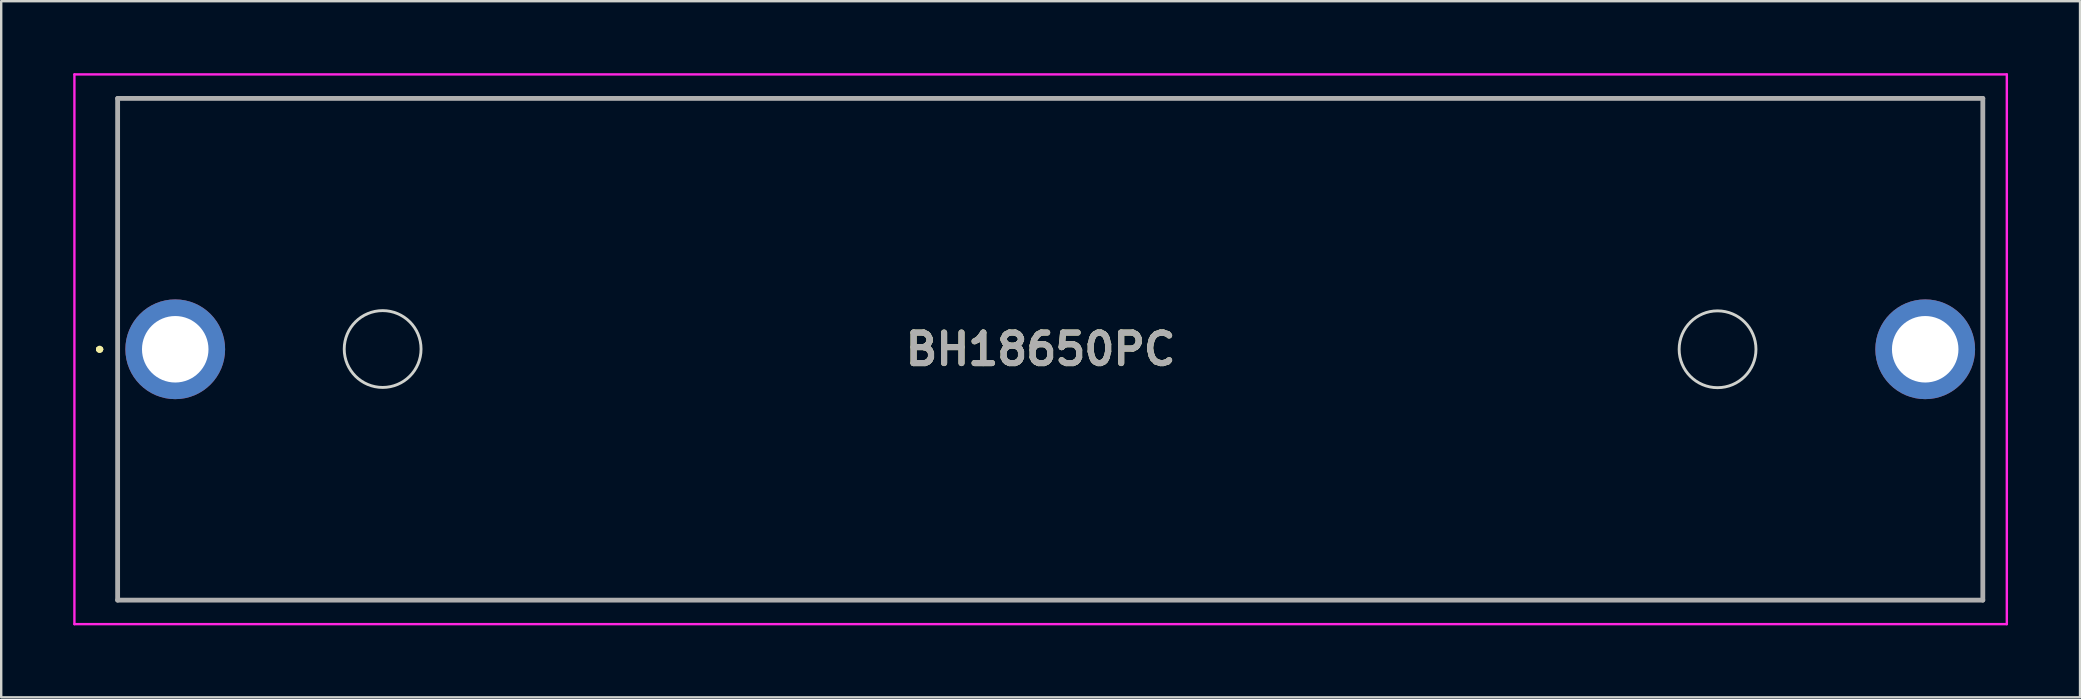
<source format=kicad_pcb>
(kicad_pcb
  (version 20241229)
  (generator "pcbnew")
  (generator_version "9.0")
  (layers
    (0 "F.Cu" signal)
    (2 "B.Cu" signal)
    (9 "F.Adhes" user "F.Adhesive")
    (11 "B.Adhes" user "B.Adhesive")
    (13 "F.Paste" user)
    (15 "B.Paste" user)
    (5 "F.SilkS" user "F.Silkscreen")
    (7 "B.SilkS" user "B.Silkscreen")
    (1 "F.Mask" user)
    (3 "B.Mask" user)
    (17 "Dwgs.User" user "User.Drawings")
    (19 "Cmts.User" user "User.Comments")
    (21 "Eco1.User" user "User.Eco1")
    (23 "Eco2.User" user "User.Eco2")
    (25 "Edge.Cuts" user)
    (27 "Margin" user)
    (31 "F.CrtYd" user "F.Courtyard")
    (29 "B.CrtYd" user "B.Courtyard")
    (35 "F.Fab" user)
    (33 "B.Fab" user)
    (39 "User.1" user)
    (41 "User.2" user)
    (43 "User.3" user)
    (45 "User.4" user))
  (footprint "BH18650PC"
    (layer "F.Cu")
    (at 4.25 11.5)
    (property "Reference" "BH18650PC" (at 36.05 0 0) (layer "F.SilkS") (effects (font (size 1.27 1.27) (thickness 0.254))))
    (attr through_hole)
    (fp_line (start -3.2 0) (end -3.2 0) (stroke (width 0.2) (type solid)) (layer "F.SilkS"))
    (fp_line (start -3.2 0) (end -3.2 0) (stroke (width 0.2) (type solid)) (layer "F.SilkS"))
    (fp_line (start -3.1 0) (end -3.1 0) (stroke (width 0.2) (type solid)) (layer "F.SilkS"))
    (fp_line (start -2.4 -10.45) (end 75.3 -10.45) (stroke (width 0.1) (type solid)) (layer "F.SilkS"))
    (fp_line (start -2.4 10.45) (end -2.4 -10.45) (stroke (width 0.1) (type solid)) (layer "F.SilkS"))
    (fp_line (start 75.3 -10.45) (end 75.3 10.45) (stroke (width 0.1) (type solid)) (layer "F.SilkS"))
    (fp_line (start 75.3 10.45) (end -2.4 10.45) (stroke (width 0.1) (type solid)) (layer "F.SilkS"))
    (fp_arc (start -3.2 0) (mid -3.15 -0.05) (end -3.1 0) (stroke (width 0.2) (type solid)) (layer "F.SilkS"))
    (fp_arc (start -3.1 0) (mid -3.15 0.05) (end -3.2 0) (stroke (width 0.2) (type solid)) (layer "F.SilkS"))
    (fp_arc (start -3.1 0) (mid -3.15 0.05) (end -3.2 0) (stroke (width 0.2) (type solid)) (layer "F.SilkS"))
    (fp_circle (center 8.64 -0.01) (end 10.24 -0.01) (stroke (width 0.12) (type solid)) (fill no) (layer "Edge.Cuts"))
    (fp_circle (center 64.25 0) (end 65.85 0) (stroke (width 0.12) (type solid)) (fill no) (layer "Edge.Cuts"))
    (fp_line (start -4.2 -11.45) (end 76.3 -11.45) (stroke (width 0.1) (type solid)) (layer "F.CrtYd"))
    (fp_line (start -4.2 11.45) (end -4.2 -11.45) (stroke (width 0.1) (type solid)) (layer "F.CrtYd"))
    (fp_line (start 76.3 -11.45) (end 76.3 11.45) (stroke (width 0.1) (type solid)) (layer "F.CrtYd"))
    (fp_line (start 76.3 11.45) (end -4.2 11.45) (stroke (width 0.1) (type solid)) (layer "F.CrtYd"))
    (fp_line (start -2.4 -10.45) (end -2.4 10.45) (stroke (width 0.2) (type solid)) (layer "F.Fab"))
    (fp_line (start -2.4 10.45) (end 75.3 10.45) (stroke (width 0.2) (type solid)) (layer "F.Fab"))
    (fp_line (start 75.3 -10.45) (end -2.4 -10.45) (stroke (width 0.2) (type solid)) (layer "F.Fab"))
    (fp_line (start 75.3 10.45) (end 75.3 -10.45) (stroke (width 0.2) (type solid)) (layer "F.Fab"))
    (fp_text user "${REFERENCE}" (at 36.05 0 0) (layer "F.Fab") (effects (font (size 1.27 1.27) (thickness 0.254))))
    (pad "" np_thru_hole circle (at 8.645 0) (size 0.001 0.001) (drill 3.2) (layers "*.Cu" "*.Mask"))
    (pad "" np_thru_hole circle (at 64.255 0) (size 0.001 0.001) (drill 3.2) (layers "*.Cu" "*.Mask"))
    (pad "1" thru_hole circle (at 0 0) (size 4.155 4.155) (drill 2.77) (layers "*.Cu" "*.Mask"))
    (pad "2" thru_hole circle (at 72.9 0) (size 4.155 4.155) (drill 2.77) (layers "*.Cu" "*.Mask")))
  (gr_rect
    (start -3 -3)
    (end 83.6 26)
    (stroke (width 0.1) (type default))
    (fill no)
    (layer "Edge.Cuts")))
</source>
